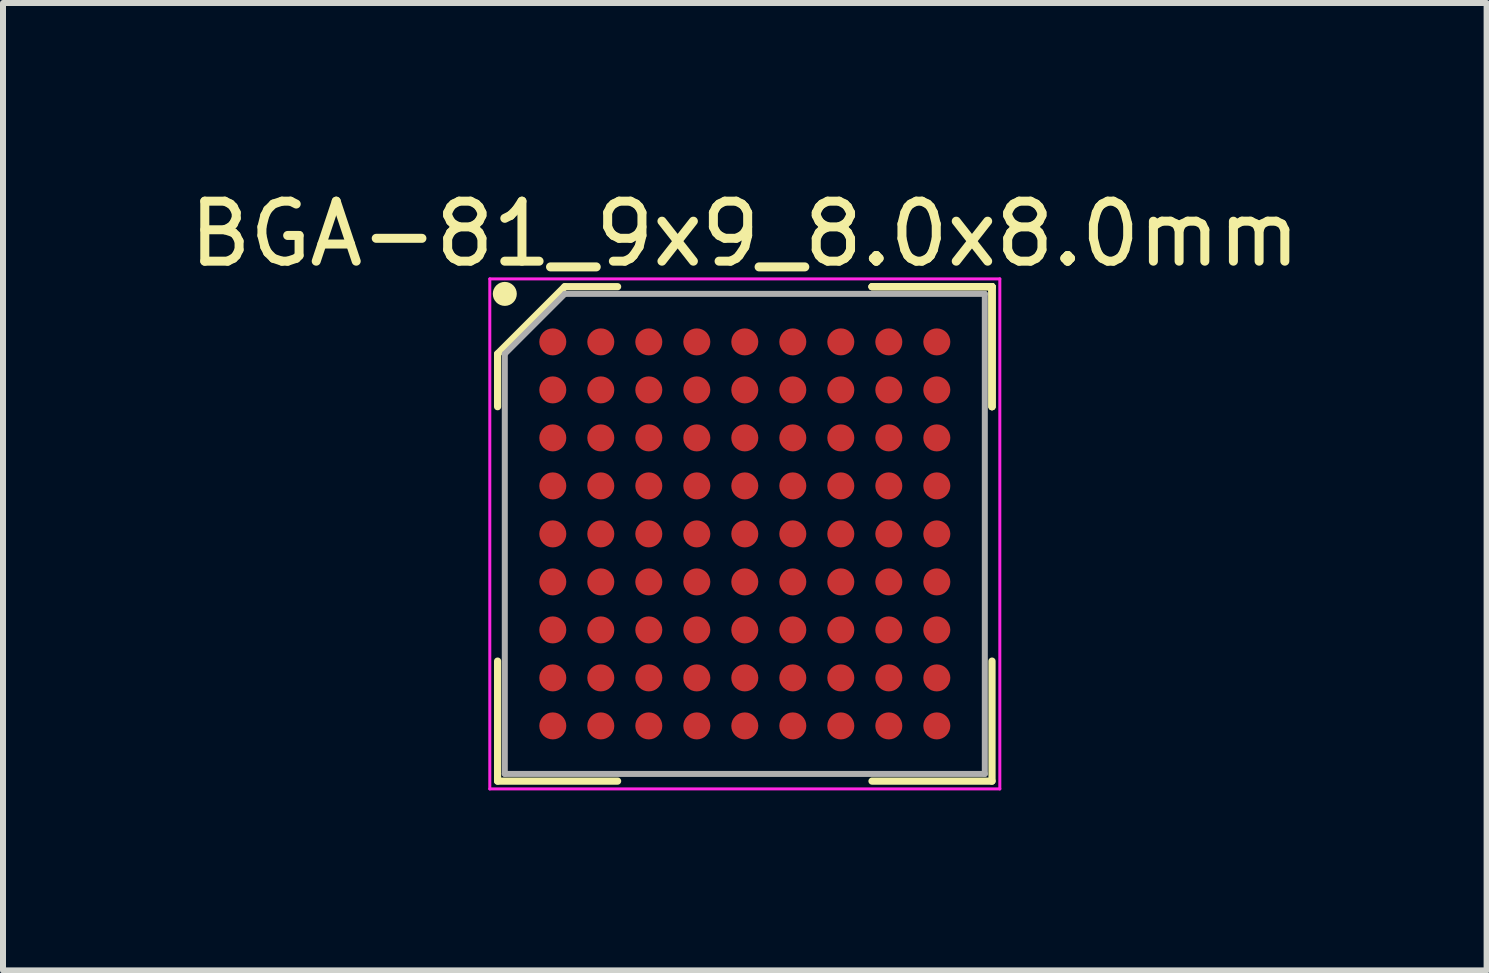
<source format=kicad_pcb>
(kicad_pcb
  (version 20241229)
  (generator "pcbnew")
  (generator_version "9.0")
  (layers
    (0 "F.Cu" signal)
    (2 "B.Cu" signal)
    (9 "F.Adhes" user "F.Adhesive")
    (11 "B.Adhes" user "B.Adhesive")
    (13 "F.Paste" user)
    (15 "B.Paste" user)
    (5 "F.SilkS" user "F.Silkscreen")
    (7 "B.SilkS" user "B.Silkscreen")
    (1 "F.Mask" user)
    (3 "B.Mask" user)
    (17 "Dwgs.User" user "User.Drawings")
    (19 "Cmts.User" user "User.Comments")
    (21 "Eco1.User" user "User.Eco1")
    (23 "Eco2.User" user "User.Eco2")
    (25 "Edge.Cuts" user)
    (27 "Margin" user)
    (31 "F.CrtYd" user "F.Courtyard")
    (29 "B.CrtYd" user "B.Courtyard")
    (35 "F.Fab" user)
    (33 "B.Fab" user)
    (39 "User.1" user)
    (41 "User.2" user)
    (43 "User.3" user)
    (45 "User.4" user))
  (footprint "BGA-81_9x9_8.0x8.0mm"
    (layer "F.Cu")
    (at 9.363 5.848)
    (property "Reference" "BGA-81_9x9_8.0x8.0mm" (at 0 -5 0) (layer "F.SilkS") (effects (font (size 1 1) (thickness 0.15))))
    (attr smd)
    (fp_line (start -4.12 -3) (end -4.12 -2.12) (stroke (width 0.12) (type solid)) (layer "F.SilkS"))
    (fp_line (start -4.12 4.12) (end -4.12 2.12) (stroke (width 0.12) (type solid)) (layer "F.SilkS"))
    (fp_line (start -3 -4.12) (end -4.12 -3) (stroke (width 0.12) (type solid)) (layer "F.SilkS"))
    (fp_line (start -2.12 -4.12) (end -3 -4.12) (stroke (width 0.12) (type solid)) (layer "F.SilkS"))
    (fp_line (start -2.12 4.12) (end -4.12 4.12) (stroke (width 0.12) (type solid)) (layer "F.SilkS"))
    (fp_line (start 2.12 -4.12) (end 4.12 -4.12) (stroke (width 0.12) (type solid)) (layer "F.SilkS"))
    (fp_line (start 2.12 -4.12) (end 4.12 -4.12) (stroke (width 0.12) (type solid)) (layer "F.SilkS"))
    (fp_line (start 2.12 -4.12) (end 4.12 -4.12) (stroke (width 0.12) (type solid)) (layer "F.SilkS"))
    (fp_line (start 2.12 4.12) (end 4.12 4.12) (stroke (width 0.12) (type solid)) (layer "F.SilkS"))
    (fp_line (start 4.12 -4.12) (end 4.12 -2.12) (stroke (width 0.12) (type solid)) (layer "F.SilkS"))
    (fp_line (start 4.12 -4.12) (end 4.12 -2.12) (stroke (width 0.12) (type solid)) (layer "F.SilkS"))
    (fp_line (start 4.12 -4.12) (end 4.12 -2.12) (stroke (width 0.12) (type solid)) (layer "F.SilkS"))
    (fp_line (start 4.12 4.12) (end 4.12 2.12) (stroke (width 0.12) (type solid)) (layer "F.SilkS"))
    (fp_circle (center -4 -4) (end -4 -3.9) (stroke (width 0.2) (type solid)) (fill no) (layer "F.SilkS"))
    (fp_line (start -4.25 -4.25) (end 4.25 -4.25) (stroke (width 0.05) (type solid)) (layer "F.CrtYd"))
    (fp_line (start -4.25 4.25) (end -4.25 -4.25) (stroke (width 0.05) (type solid)) (layer "F.CrtYd"))
    (fp_line (start 4.25 -4.25) (end 4.25 4.25) (stroke (width 0.05) (type solid)) (layer "F.CrtYd"))
    (fp_line (start 4.25 4.25) (end -4.25 4.25) (stroke (width 0.05) (type solid)) (layer "F.CrtYd"))
    (fp_line (start -4 -3) (end -4 4) (stroke (width 0.1) (type solid)) (layer "F.Fab"))
    (fp_line (start -4 4) (end 4 4) (stroke (width 0.1) (type solid)) (layer "F.Fab"))
    (fp_line (start -3 -4) (end -4 -3) (stroke (width 0.1) (type solid)) (layer "F.Fab"))
    (fp_line (start 4 -4) (end -3 -4) (stroke (width 0.1) (type solid)) (layer "F.Fab"))
    (fp_line (start 4 4) (end 4 -4) (stroke (width 0.1) (type solid)) (layer "F.Fab"))
    (pad "A1" smd circle (at -3.2 -3.2) (size 0.45 0.45) (layers "F.Cu" "F.Mask" "F.Paste"))
    (pad "A2" smd circle (at -2.4 -3.2) (size 0.45 0.45) (layers "F.Cu" "F.Mask" "F.Paste"))
    (pad "A3" smd circle (at -1.6 -3.2) (size 0.45 0.45) (layers "F.Cu" "F.Mask" "F.Paste"))
    (pad "A4" smd circle (at -0.8 -3.2) (size 0.45 0.45) (layers "F.Cu" "F.Mask" "F.Paste"))
    (pad "A5" smd circle (at 0 -3.2) (size 0.45 0.45) (layers "F.Cu" "F.Mask" "F.Paste"))
    (pad "A6" smd circle (at 0.8 -3.2) (size 0.45 0.45) (layers "F.Cu" "F.Mask" "F.Paste"))
    (pad "A7" smd circle (at 1.6 -3.2) (size 0.45 0.45) (layers "F.Cu" "F.Mask" "F.Paste"))
    (pad "A8" smd circle (at 2.4 -3.2) (size 0.45 0.45) (layers "F.Cu" "F.Mask" "F.Paste"))
    (pad "A9" smd circle (at 3.2 -3.2) (size 0.45 0.45) (layers "F.Cu" "F.Mask" "F.Paste"))
    (pad "B1" smd circle (at -3.2 -2.4) (size 0.45 0.45) (layers "F.Cu" "F.Mask" "F.Paste"))
    (pad "B2" smd circle (at -2.4 -2.4) (size 0.45 0.45) (layers "F.Cu" "F.Mask" "F.Paste"))
    (pad "B3" smd circle (at -1.6 -2.4) (size 0.45 0.45) (layers "F.Cu" "F.Mask" "F.Paste"))
    (pad "B4" smd circle (at -0.8 -2.4) (size 0.45 0.45) (layers "F.Cu" "F.Mask" "F.Paste"))
    (pad "B5" smd circle (at 0 -2.4) (size 0.45 0.45) (layers "F.Cu" "F.Mask" "F.Paste"))
    (pad "B6" smd circle (at 0.8 -2.4) (size 0.45 0.45) (layers "F.Cu" "F.Mask" "F.Paste"))
    (pad "B7" smd circle (at 1.6 -2.4) (size 0.45 0.45) (layers "F.Cu" "F.Mask" "F.Paste"))
    (pad "B8" smd circle (at 2.4 -2.4) (size 0.45 0.45) (layers "F.Cu" "F.Mask" "F.Paste"))
    (pad "B9" smd circle (at 3.2 -2.4) (size 0.45 0.45) (layers "F.Cu" "F.Mask" "F.Paste"))
    (pad "C1" smd circle (at -3.2 -1.6) (size 0.45 0.45) (layers "F.Cu" "F.Mask" "F.Paste"))
    (pad "C2" smd circle (at -2.4 -1.6) (size 0.45 0.45) (layers "F.Cu" "F.Mask" "F.Paste"))
    (pad "C3" smd circle (at -1.6 -1.6) (size 0.45 0.45) (layers "F.Cu" "F.Mask" "F.Paste"))
    (pad "C4" smd circle (at -0.8 -1.6) (size 0.45 0.45) (layers "F.Cu" "F.Mask" "F.Paste"))
    (pad "C5" smd circle (at 0 -1.6) (size 0.45 0.45) (layers "F.Cu" "F.Mask" "F.Paste"))
    (pad "C6" smd circle (at 0.8 -1.6) (size 0.45 0.45) (layers "F.Cu" "F.Mask" "F.Paste"))
    (pad "C7" smd circle (at 1.6 -1.6) (size 0.45 0.45) (layers "F.Cu" "F.Mask" "F.Paste"))
    (pad "C8" smd circle (at 2.4 -1.6) (size 0.45 0.45) (layers "F.Cu" "F.Mask" "F.Paste"))
    (pad "C9" smd circle (at 3.2 -1.6) (size 0.45 0.45) (layers "F.Cu" "F.Mask" "F.Paste"))
    (pad "D1" smd circle (at -3.2 -0.8) (size 0.45 0.45) (layers "F.Cu" "F.Mask" "F.Paste"))
    (pad "D2" smd circle (at -2.4 -0.8) (size 0.45 0.45) (layers "F.Cu" "F.Mask" "F.Paste"))
    (pad "D3" smd circle (at -1.6 -0.8) (size 0.45 0.45) (layers "F.Cu" "F.Mask" "F.Paste"))
    (pad "D4" smd circle (at -0.8 -0.8) (size 0.45 0.45) (layers "F.Cu" "F.Mask" "F.Paste"))
    (pad "D5" smd circle (at 0 -0.8) (size 0.45 0.45) (layers "F.Cu" "F.Mask" "F.Paste"))
    (pad "D6" smd circle (at 0.8 -0.8) (size 0.45 0.45) (layers "F.Cu" "F.Mask" "F.Paste"))
    (pad "D7" smd circle (at 1.6 -0.8) (size 0.45 0.45) (layers "F.Cu" "F.Mask" "F.Paste"))
    (pad "D8" smd circle (at 2.4 -0.8) (size 0.45 0.45) (layers "F.Cu" "F.Mask" "F.Paste"))
    (pad "D9" smd circle (at 3.2 -0.8) (size 0.45 0.45) (layers "F.Cu" "F.Mask" "F.Paste"))
    (pad "E1" smd circle (at -3.2 0) (size 0.45 0.45) (layers "F.Cu" "F.Mask" "F.Paste"))
    (pad "E2" smd circle (at -2.4 0) (size 0.45 0.45) (layers "F.Cu" "F.Mask" "F.Paste"))
    (pad "E3" smd circle (at -1.6 0) (size 0.45 0.45) (layers "F.Cu" "F.Mask" "F.Paste"))
    (pad "E4" smd circle (at -0.8 0) (size 0.45 0.45) (layers "F.Cu" "F.Mask" "F.Paste"))
    (pad "E5" smd circle (at 0 0) (size 0.45 0.45) (layers "F.Cu" "F.Mask" "F.Paste"))
    (pad "E6" smd circle (at 0.8 0) (size 0.45 0.45) (layers "F.Cu" "F.Mask" "F.Paste"))
    (pad "E7" smd circle (at 1.6 0) (size 0.45 0.45) (layers "F.Cu" "F.Mask" "F.Paste"))
    (pad "E8" smd circle (at 2.4 0) (size 0.45 0.45) (layers "F.Cu" "F.Mask" "F.Paste"))
    (pad "E9" smd circle (at 3.2 0) (size 0.45 0.45) (layers "F.Cu" "F.Mask" "F.Paste"))
    (pad "F1" smd circle (at -3.2 0.8) (size 0.45 0.45) (layers "F.Cu" "F.Mask" "F.Paste"))
    (pad "F2" smd circle (at -2.4 0.8) (size 0.45 0.45) (layers "F.Cu" "F.Mask" "F.Paste"))
    (pad "F3" smd circle (at -1.6 0.8) (size 0.45 0.45) (layers "F.Cu" "F.Mask" "F.Paste"))
    (pad "F4" smd circle (at -0.8 0.8) (size 0.45 0.45) (layers "F.Cu" "F.Mask" "F.Paste"))
    (pad "F5" smd circle (at 0 0.8) (size 0.45 0.45) (layers "F.Cu" "F.Mask" "F.Paste"))
    (pad "F6" smd circle (at 0.8 0.8) (size 0.45 0.45) (layers "F.Cu" "F.Mask" "F.Paste"))
    (pad "F7" smd circle (at 1.6 0.8) (size 0.45 0.45) (layers "F.Cu" "F.Mask" "F.Paste"))
    (pad "F8" smd circle (at 2.4 0.8) (size 0.45 0.45) (layers "F.Cu" "F.Mask" "F.Paste"))
    (pad "F9" smd circle (at 3.2 0.8) (size 0.45 0.45) (layers "F.Cu" "F.Mask" "F.Paste"))
    (pad "G1" smd circle (at -3.2 1.6) (size 0.45 0.45) (layers "F.Cu" "F.Mask" "F.Paste"))
    (pad "G2" smd circle (at -2.4 1.6) (size 0.45 0.45) (layers "F.Cu" "F.Mask" "F.Paste"))
    (pad "G3" smd circle (at -1.6 1.6) (size 0.45 0.45) (layers "F.Cu" "F.Mask" "F.Paste"))
    (pad "G4" smd circle (at -0.8 1.6) (size 0.45 0.45) (layers "F.Cu" "F.Mask" "F.Paste"))
    (pad "G5" smd circle (at 0 1.6) (size 0.45 0.45) (layers "F.Cu" "F.Mask" "F.Paste"))
    (pad "G6" smd circle (at 0.8 1.6) (size 0.45 0.45) (layers "F.Cu" "F.Mask" "F.Paste"))
    (pad "G7" smd circle (at 1.6 1.6) (size 0.45 0.45) (layers "F.Cu" "F.Mask" "F.Paste"))
    (pad "G8" smd circle (at 2.4 1.6) (size 0.45 0.45) (layers "F.Cu" "F.Mask" "F.Paste"))
    (pad "G9" smd circle (at 3.2 1.6) (size 0.45 0.45) (layers "F.Cu" "F.Mask" "F.Paste"))
    (pad "H1" smd circle (at -3.2 2.4) (size 0.45 0.45) (layers "F.Cu" "F.Mask" "F.Paste"))
    (pad "H2" smd circle (at -2.4 2.4) (size 0.45 0.45) (layers "F.Cu" "F.Mask" "F.Paste"))
    (pad "H3" smd circle (at -1.6 2.4) (size 0.45 0.45) (layers "F.Cu" "F.Mask" "F.Paste"))
    (pad "H4" smd circle (at -0.8 2.4) (size 0.45 0.45) (layers "F.Cu" "F.Mask" "F.Paste"))
    (pad "H5" smd circle (at 0 2.4) (size 0.45 0.45) (layers "F.Cu" "F.Mask" "F.Paste"))
    (pad "H6" smd circle (at 0.8 2.4) (size 0.45 0.45) (layers "F.Cu" "F.Mask" "F.Paste"))
    (pad "H7" smd circle (at 1.6 2.4) (size 0.45 0.45) (layers "F.Cu" "F.Mask" "F.Paste"))
    (pad "H8" smd circle (at 2.4 2.4) (size 0.45 0.45) (layers "F.Cu" "F.Mask" "F.Paste"))
    (pad "H9" smd circle (at 3.2 2.4) (size 0.45 0.45) (layers "F.Cu" "F.Mask" "F.Paste"))
    (pad "J1" smd circle (at -3.2 3.2) (size 0.45 0.45) (layers "F.Cu" "F.Mask" "F.Paste"))
    (pad "J2" smd circle (at -2.4 3.2) (size 0.45 0.45) (layers "F.Cu" "F.Mask" "F.Paste"))
    (pad "J3" smd circle (at -1.6 3.2) (size 0.45 0.45) (layers "F.Cu" "F.Mask" "F.Paste"))
    (pad "J4" smd circle (at -0.8 3.2) (size 0.45 0.45) (layers "F.Cu" "F.Mask" "F.Paste"))
    (pad "J5" smd circle (at 0 3.2) (size 0.45 0.45) (layers "F.Cu" "F.Mask" "F.Paste"))
    (pad "J6" smd circle (at 0.8 3.2) (size 0.45 0.45) (layers "F.Cu" "F.Mask" "F.Paste"))
    (pad "J7" smd circle (at 1.6 3.2) (size 0.45 0.45) (layers "F.Cu" "F.Mask" "F.Paste"))
    (pad "J8" smd circle (at 2.4 3.2) (size 0.45 0.45) (layers "F.Cu" "F.Mask" "F.Paste"))
    (pad "J9" smd circle (at 3.2 3.2) (size 0.45 0.45) (layers "F.Cu" "F.Mask" "F.Paste")))
  (gr_rect
    (start -3 -3)
    (end 21.726 13.123)
    (stroke (width 0.1) (type default))
    (fill no)
    (layer "Edge.Cuts")))
</source>
